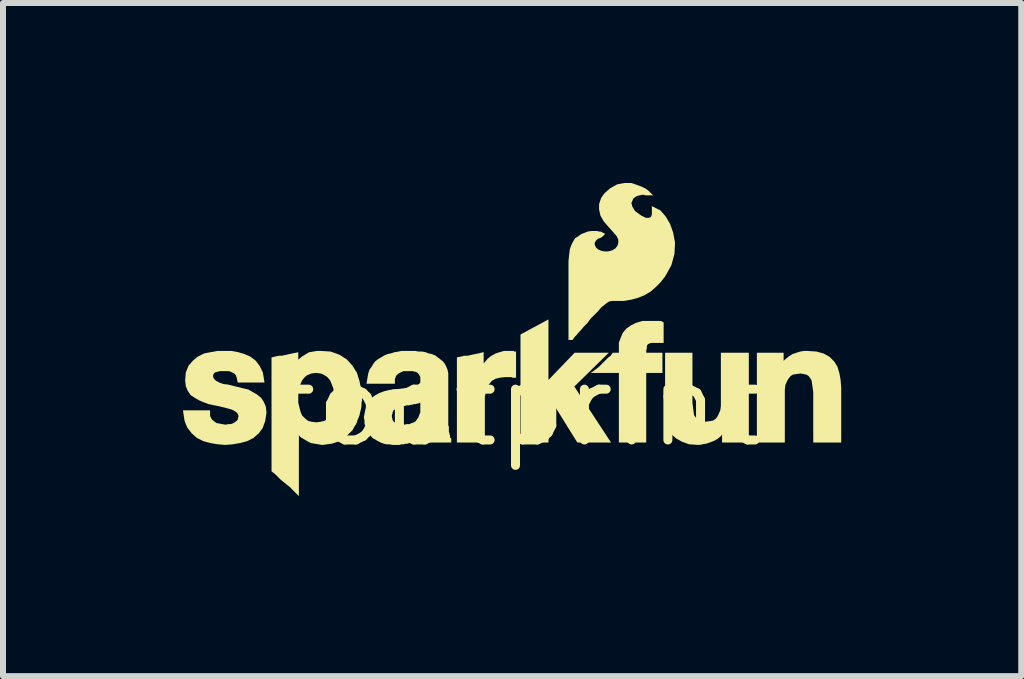
<source format=kicad_pcb>
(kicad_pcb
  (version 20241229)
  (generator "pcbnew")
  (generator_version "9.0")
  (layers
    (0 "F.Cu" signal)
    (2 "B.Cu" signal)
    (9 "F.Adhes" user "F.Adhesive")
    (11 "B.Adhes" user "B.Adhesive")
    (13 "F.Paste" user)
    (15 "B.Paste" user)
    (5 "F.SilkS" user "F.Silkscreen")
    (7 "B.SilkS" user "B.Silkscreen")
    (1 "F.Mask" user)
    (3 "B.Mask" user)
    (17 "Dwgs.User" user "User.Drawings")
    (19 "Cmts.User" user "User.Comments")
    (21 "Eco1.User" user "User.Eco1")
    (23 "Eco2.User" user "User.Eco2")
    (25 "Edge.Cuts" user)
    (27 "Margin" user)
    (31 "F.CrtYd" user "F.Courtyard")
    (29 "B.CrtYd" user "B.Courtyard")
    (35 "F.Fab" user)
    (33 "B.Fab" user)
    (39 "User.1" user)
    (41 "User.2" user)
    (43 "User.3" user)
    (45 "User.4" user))
  (footprint "footprint"
    (layer "F.Cu")
    (at 5.573 3.704)
    (property "Reference" "footprint" (at 0 0 0) (layer "F.SilkS") (effects (font (size 1.27 1.27) (thickness 0.15))))
    (fp_poly (pts (xy -2.588 -0.143) (xy -2.601 0.04) (xy -2.633 0.176) (xy -2.699 0.335) (xy -3.107 0.144) (xy -3.066 0.035) (xy -3.057 -0.038) (xy -3.057 -0.155)) (stroke (width 0) (type solid)) (fill yes) (layer "F.SilkS"))
    (fp_poly (pts (xy -1.695 -0.036) (xy -1.75 -0.008) (xy -1.773 -0.008) (xy -1.803 0.002) (xy -1.843 0.002) (xy -1.873 0.012) (xy -1.91 0.012) (xy -1.93 0.022) (xy -1.985 0.022) (xy -2.092 -0.258) (xy -1.864 -0.284) (xy -1.76 -0.299)) (stroke (width 0) (type solid)) (fill yes) (layer "F.SilkS"))
    (fp_poly (pts (xy 0.519 -0.421) (xy 0.955 -0.874) (xy 1.524 -0.874) (xy 0.95 -0.311) (xy 1.562 0.622) (xy 1 0.622) (xy 0.623 0.014) (xy 0.519 0.111) (xy 0.519 0.622) (xy 0.053 0.622) (xy 0.053 -1.179) (xy 0.519 -1.43)) (stroke (width 0) (type solid)) (fill yes) (layer "F.SilkS"))
    (fp_poly (pts (xy 2.439 -1.38) (xy 2.439 -1.038) (xy 2.236 -1.038) (xy 2.204 -1.03) (xy 2.177 -1.016) (xy 2.164 -0.997) (xy 2.159 -0.987) (xy 2.159 -0.951) (xy 2.149 -0.911) (xy 2.149 -0.874) (xy 2.419 -0.874) (xy 2.419 -0.538) (xy 2.149 -0.538) (xy 2.149 0.622) (xy 1.693 0.622) (xy 1.693 -0.538) (xy 1.227 -0.538) (xy 1.356 -0.635) (xy 1.516 -0.795) (xy 1.554 -0.823) (xy 1.592 -0.874) (xy 1.693 -0.874) (xy 1.693 -1.043) (xy 1.726 -1.13) (xy 1.758 -1.206) (xy 1.815 -1.274) (xy 1.891 -1.329) (xy 1.977 -1.372) (xy 2.085 -1.404) (xy 2.39 -1.404)) (stroke (width 0) (type solid)) (fill yes) (layer "F.SilkS"))
    (fp_poly (pts (xy -0.053 -0.894) (xy -0.021 -0.894) (xy -0.021 -0.458) (xy -0.078 -0.458) (xy -0.098 -0.468) (xy -0.197 -0.468) (xy -0.292 -0.458) (xy -0.365 -0.44) (xy -0.424 -0.406) (xy -0.468 -0.354) (xy -0.504 -0.291) (xy -0.522 -0.227) (xy -0.541 -0.142) (xy -0.541 0.622) (xy -1.007 0.622) (xy -1.007 -0.797) (xy -0.927 -0.813) (xy -0.884 -0.824) (xy -0.833 -0.824) (xy -0.787 -0.833) (xy -0.747 -0.843) (xy -0.647 -0.863) (xy -0.561 -0.885) (xy -0.561 -0.695) (xy -0.549 -0.71) (xy -0.496 -0.773) (xy -0.44 -0.818) (xy -0.365 -0.861) (xy -0.3 -0.882) (xy -0.224 -0.904) (xy -0.063 -0.904)) (stroke (width 0) (type solid)) (fill yes) (layer "F.SilkS"))
    (fp_poly (pts (xy 2.919 -0.038) (xy 2.939 0.118) (xy 2.947 0.169) (xy 2.997 0.235) (xy 3.035 0.258) (xy 3.078 0.267) (xy 3.132 0.276) (xy 3.205 0.266) (xy 3.258 0.258) (xy 3.297 0.234) (xy 3.33 0.201) (xy 3.356 0.148) (xy 3.384 0.084) (xy 3.393 0.012) (xy 3.393 -0.874) (xy 3.859 -0.874) (xy 3.859 0.622) (xy 3.413 0.622) (xy 3.413 0.49) (xy 3.388 0.521) (xy 3.332 0.566) (xy 3.267 0.599) (xy 3.214 0.62) (xy 3.15 0.641) (xy 3.077 0.652) (xy 3.013 0.662) (xy 2.863 0.652) (xy 2.745 0.609) (xy 2.649 0.555) (xy 2.571 0.488) (xy 2.516 0.389) (xy 2.484 0.283) (xy 2.463 0.167) (xy 2.463 -0.874) (xy 2.919 -0.874)) (stroke (width 0) (type solid)) (fill yes) (layer "F.SilkS"))
    (fp_poly (pts (xy 4.987 -0.894) (xy 5.105 -0.862) (xy 5.204 -0.807) (xy 5.281 -0.73) (xy 5.336 -0.642) (xy 5.368 -0.535) (xy 5.389 -0.421) (xy 5.399 -0.287) (xy 5.399 0.622) (xy 4.933 0.622) (xy 4.933 -0.214) (xy 4.923 -0.291) (xy 4.913 -0.36) (xy 4.905 -0.413) (xy 4.879 -0.455) (xy 4.855 -0.487) (xy 4.817 -0.51) (xy 4.774 -0.519) (xy 4.72 -0.528) (xy 4.647 -0.518) (xy 4.594 -0.51) (xy 4.556 -0.487) (xy 4.522 -0.444) (xy 4.495 -0.399) (xy 4.468 -0.336) (xy 4.459 -0.254) (xy 4.459 0.622) (xy 3.993 0.622) (xy 3.993 -0.874) (xy 4.439 -0.874) (xy 4.439 -0.738) (xy 4.466 -0.764) (xy 4.518 -0.807) (xy 4.584 -0.851) (xy 4.712 -0.893) (xy 4.778 -0.904) (xy 4.842 -0.904)) (stroke (width 0) (type solid)) (fill yes) (layer "F.SilkS"))
    (fp_poly (pts (xy -3.111 -0.894) (xy -2.962 -0.84) (xy -2.844 -0.765) (xy -2.749 -0.659) (xy -2.674 -0.542) (xy -2.632 -0.406) (xy -2.601 -0.261) (xy -2.588 -0.067) (xy -3.057 -0.079) (xy -3.057 -0.204) (xy -3.066 -0.277) (xy -3.094 -0.352) (xy -3.122 -0.416) (xy -3.165 -0.467) (xy -3.217 -0.502) (xy -3.279 -0.529) (xy -3.359 -0.538) (xy -3.43 -0.529) (xy -3.5 -0.502) (xy -3.542 -0.469) (xy -3.586 -0.416) (xy -3.614 -0.352) (xy -3.642 -0.277) (xy -3.651 -0.204) (xy -3.651 -0.041) (xy -3.613 0.112) (xy -3.587 0.172) (xy -3.543 0.216) (xy -3.491 0.26) (xy -3.432 0.276) (xy -3.349 0.286) (xy -3.276 0.276) (xy -3.207 0.259) (xy -3.156 0.217) (xy -3.122 0.174) (xy -3.078 0.073) (xy -2.666 0.267) (xy -2.748 0.417) (xy -2.844 0.513) (xy -2.961 0.598) (xy -3.09 0.641) (xy -3.25 0.663) (xy -3.441 0.631) (xy -3.507 0.597) (xy -3.614 0.533) (xy -3.641 0.5) (xy -3.641 1.516) (xy -3.794 1.362) (xy -3.944 1.242) (xy -4.034 1.152) (xy -4.097 1.102) (xy -4.097 -0.796) (xy -4.027 -0.813) (xy -3.973 -0.824) (xy -3.924 -0.824) (xy -3.887 -0.833) (xy -3.837 -0.843) (xy -3.797 -0.853) (xy -3.651 -0.882) (xy -3.651 -0.758) (xy -3.634 -0.774) (xy -3.581 -0.817) (xy -3.472 -0.882) (xy -3.342 -0.904) (xy -3.268 -0.904)) (stroke (width 0) (type solid)) (fill yes) (layer "F.SilkS"))
    (fp_poly (pts (xy -4.65 -0.883) (xy -4.546 -0.852) (xy -4.45 -0.809) (xy -4.362 -0.743) (xy -4.296 -0.656) (xy -4.242 -0.548) (xy -4.214 -0.378) (xy -4.66 -0.378) (xy -4.676 -0.455) (xy -4.693 -0.498) (xy -4.706 -0.519) (xy -4.728 -0.533) (xy -4.765 -0.551) (xy -4.806 -0.568) (xy -4.963 -0.568) (xy -4.988 -0.559) (xy -5.028 -0.549) (xy -5.045 -0.544) (xy -5.071 -0.504) (xy -5.071 -0.481) (xy -5.064 -0.453) (xy -5.042 -0.423) (xy -5.009 -0.399) (xy -4.954 -0.371) (xy -4.901 -0.353) (xy -4.822 -0.344) (xy -4.58 -0.283) (xy -4.485 -0.262) (xy -4.337 -0.177) (xy -4.27 -0.122) (xy -4.225 -0.054) (xy -4.192 0.024) (xy -4.181 0.125) (xy -4.202 0.263) (xy -4.245 0.382) (xy -4.311 0.47) (xy -4.398 0.546) (xy -4.505 0.6) (xy -4.621 0.631) (xy -4.744 0.652) (xy -4.869 0.662) (xy -4.994 0.652) (xy -5.117 0.631) (xy -5.233 0.6) (xy -5.34 0.546) (xy -5.427 0.47) (xy -5.502 0.373) (xy -5.546 0.264) (xy -5.573 0.086) (xy -5.121 0.086) (xy -5.121 0.177) (xy -5.105 0.215) (xy -5.082 0.247) (xy -5.014 0.298) (xy -4.962 0.307) (xy -4.912 0.317) (xy -4.861 0.325) (xy -4.824 0.316) (xy -4.784 0.316) (xy -4.752 0.308) (xy -4.719 0.291) (xy -4.684 0.265) (xy -4.663 0.245) (xy -4.648 0.184) (xy -4.655 0.157) (xy -4.669 0.129) (xy -4.7 0.106) (xy -4.745 0.079) (xy -4.8 0.061) (xy -4.957 0.021) (xy -5.057 0.001) (xy -5.15 -0.019) (xy -5.233 -0.051) (xy -5.306 -0.082) (xy -5.379 -0.124) (xy -5.446 -0.169) (xy -5.493 -0.238) (xy -5.526 -0.316) (xy -5.537 -0.415) (xy -5.526 -0.545) (xy -5.482 -0.656) (xy -5.406 -0.743) (xy -5.33 -0.808) (xy -5.221 -0.862) (xy -5.116 -0.883) (xy -5.002 -0.904) (xy -4.766 -0.904)) (stroke (width 0) (type solid)) (fill yes) (layer "F.SilkS"))
    (fp_poly (pts (xy 1.994 -3.672) (xy 2.076 -3.641) (xy 2.141 -3.609) (xy 2.186 -3.575) (xy 2.263 -3.498) (xy 2.135 -3.498) (xy 2.105 -3.508) (xy 2.086 -3.508) (xy 2.049 -3.499) (xy 2.003 -3.49) (xy 1.971 -3.473) (xy 1.939 -3.449) (xy 1.926 -3.429) (xy 1.916 -3.401) (xy 1.906 -3.381) (xy 1.901 -3.366) (xy 1.908 -3.347) (xy 1.916 -3.312) (xy 1.934 -3.285) (xy 1.952 -3.249) (xy 1.975 -3.226) (xy 2.003 -3.207) (xy 2.043 -3.177) (xy 2.07 -3.159) (xy 2.14 -3.124) (xy 2.195 -3.124) (xy 2.214 -3.131) (xy 2.229 -3.14) (xy 2.243 -3.182) (xy 2.243 -3.318) (xy 2.385 -3.247) (xy 2.472 -3.148) (xy 2.546 -3.022) (xy 2.598 -2.876) (xy 2.629 -2.708) (xy 2.619 -2.52) (xy 2.567 -2.331) (xy 2.463 -2.145) (xy 2.39 -2.051) (xy 2.307 -1.968) (xy 2.224 -1.895) (xy 2.118 -1.832) (xy 2.013 -1.79) (xy 1.899 -1.759) (xy 1.774 -1.738) (xy 1.584 -1.738) (xy 1.534 -1.73) (xy 1.493 -1.705) (xy 1.398 -1.629) (xy 1.349 -1.57) (xy 1.22 -1.441) (xy 1.17 -1.371) (xy 1.109 -1.31) (xy 1.059 -1.25) (xy 1.01 -1.201) (xy 0.98 -1.161) (xy 0.951 -1.132) (xy 0.921 -1.088) (xy 0.853 -1.088) (xy 0.853 -2.408) (xy 0.874 -2.594) (xy 0.896 -2.661) (xy 0.928 -2.724) (xy 0.963 -2.784) (xy 1.02 -2.818) (xy 1.062 -2.85) (xy 1.171 -2.893) (xy 1.238 -2.904) (xy 1.326 -2.904) (xy 1.366 -2.894) (xy 1.39 -2.894) (xy 1.465 -2.856) (xy 1.414 -2.805) (xy 1.366 -2.781) (xy 1.342 -2.773) (xy 1.311 -2.742) (xy 1.296 -2.719) (xy 1.289 -2.7) (xy 1.289 -2.682) (xy 1.296 -2.661) (xy 1.312 -2.629) (xy 1.335 -2.606) (xy 1.359 -2.59) (xy 1.402 -2.573) (xy 1.445 -2.564) (xy 1.516 -2.564) (xy 1.585 -2.581) (xy 1.635 -2.614) (xy 1.667 -2.654) (xy 1.683 -2.702) (xy 1.683 -2.758) (xy 1.658 -2.815) (xy 1.592 -2.891) (xy 1.512 -2.981) (xy 1.44 -3.064) (xy 1.385 -3.162) (xy 1.363 -3.262) (xy 1.363 -3.352) (xy 1.397 -3.453) (xy 1.452 -3.532) (xy 1.549 -3.617) (xy 1.668 -3.682) (xy 1.788 -3.704) (xy 1.897 -3.704)) (stroke (width 0) (type solid)) (fill yes) (layer "F.SilkS"))
    (fp_poly (pts (xy -1.645 -0.894) (xy -1.585 -0.894) (xy -1.528 -0.883) (xy -1.478 -0.863) (xy -1.428 -0.853) (xy -1.37 -0.83) (xy -1.242 -0.733) (xy -1.206 -0.686) (xy -1.184 -0.642) (xy -1.162 -0.587) (xy -1.151 -0.53) (xy -1.151 0.335) (xy -1.141 0.355) (xy -1.141 0.445) (xy -1.131 0.465) (xy -1.131 0.485) (xy -1.121 0.505) (xy -1.121 0.535) (xy -1.118 0.541) (xy -1.101 0.558) (xy -1.101 0.622) (xy -1.567 0.622) (xy -1.567 0.59) (xy -1.577 0.58) (xy -1.577 0.57) (xy -1.587 0.56) (xy -1.587 0.53) (xy -1.589 0.528) (xy -1.605 0.544) (xy -1.642 0.569) (xy -1.672 0.579) (xy -1.702 0.599) (xy -1.833 0.642) (xy -1.863 0.642) (xy -1.893 0.652) (xy -1.933 0.652) (xy -1.963 0.662) (xy -2.083 0.662) (xy -2.133 0.652) (xy -2.184 0.652) (xy -2.231 0.64) (xy -2.285 0.619) (xy -2.328 0.597) (xy -2.358 0.577) (xy -2.402 0.555) (xy -2.439 0.518) (xy -2.46 0.486) (xy -2.49 0.446) (xy -2.515 0.409) (xy -2.525 0.356) (xy -2.547 0.313) (xy -2.547 0.258) (xy -2.558 0.204) (xy -2.536 0.085) (xy -2.504 -0.012) (xy -2.459 -0.091) (xy -2.381 -0.157) (xy -2.305 -0.201) (xy -2.22 -0.232) (xy -2.136 -0.254) (xy -2.014 -0.267) (xy -1.909 0.008) (xy -1.974 0.029) (xy -1.986 0.035) (xy -1.996 0.045) (xy -2.036 0.065) (xy -2.046 0.075) (xy -2.061 0.082) (xy -2.081 0.123) (xy -2.081 0.143) (xy -2.091 0.163) (xy -2.091 0.198) (xy -2.081 0.228) (xy -2.081 0.245) (xy -2.078 0.251) (xy -2.068 0.261) (xy -2.061 0.276) (xy -2.046 0.283) (xy -2.036 0.293) (xy -2.01 0.306) (xy -1.99 0.306) (xy -1.97 0.316) (xy -1.95 0.316) (xy -1.93 0.326) (xy -1.893 0.326) (xy -1.843 0.316) (xy -1.798 0.316) (xy -1.762 0.298) (xy -1.725 0.289) (xy -1.703 0.274) (xy -1.689 0.26) (xy -1.669 0.23) (xy -1.652 0.213) (xy -1.634 0.159) (xy -1.624 0.139) (xy -1.617 0.118) (xy -1.617 -0.044) (xy -1.65 -0.028) (xy -1.67 -0.028) (xy -1.69 -0.018) (xy -1.769 -0.018) (xy -1.835 -0.283) (xy -1.73 -0.312) (xy -1.675 -0.331) (xy -1.635 -0.355) (xy -1.617 -0.379) (xy -1.617 -0.467) (xy -1.64 -0.513) (xy -1.65 -0.523) (xy -1.657 -0.538) (xy -1.698 -0.558) (xy -1.718 -0.558) (xy -1.738 -0.568) (xy -1.9 -0.568) (xy -1.986 -0.525) (xy -2.018 -0.493) (xy -2.024 -0.481) (xy -2.034 -0.451) (xy -2.041 -0.437) (xy -2.041 -0.358) (xy -2.514 -0.358) (xy -2.486 -0.525) (xy -2.463 -0.594) (xy -2.431 -0.637) (xy -2.401 -0.687) (xy -2.366 -0.733) (xy -2.32 -0.768) (xy -2.216 -0.83) (xy -2.16 -0.853) (xy -2.109 -0.863) (xy -2.048 -0.883) (xy -1.986 -0.893) (xy -1.933 -0.904) (xy -1.695 -0.904)) (stroke (width 0) (type solid)) (fill yes) (layer "F.SilkS")))
  (gr_rect
    (start -3 -3)
    (end 13.973 8.22)
    (stroke (width 0.1) (type default))
    (fill no)
    (layer "Edge.Cuts")))
</source>
